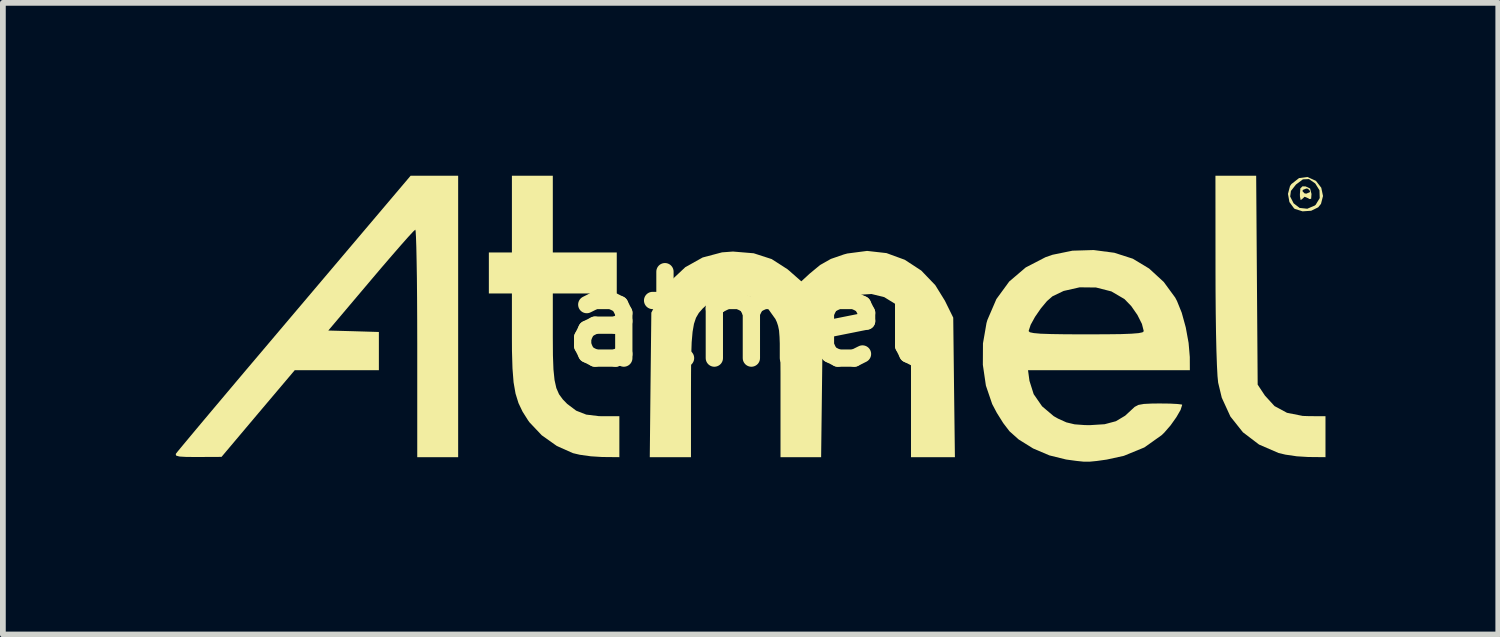
<source format=kicad_pcb>
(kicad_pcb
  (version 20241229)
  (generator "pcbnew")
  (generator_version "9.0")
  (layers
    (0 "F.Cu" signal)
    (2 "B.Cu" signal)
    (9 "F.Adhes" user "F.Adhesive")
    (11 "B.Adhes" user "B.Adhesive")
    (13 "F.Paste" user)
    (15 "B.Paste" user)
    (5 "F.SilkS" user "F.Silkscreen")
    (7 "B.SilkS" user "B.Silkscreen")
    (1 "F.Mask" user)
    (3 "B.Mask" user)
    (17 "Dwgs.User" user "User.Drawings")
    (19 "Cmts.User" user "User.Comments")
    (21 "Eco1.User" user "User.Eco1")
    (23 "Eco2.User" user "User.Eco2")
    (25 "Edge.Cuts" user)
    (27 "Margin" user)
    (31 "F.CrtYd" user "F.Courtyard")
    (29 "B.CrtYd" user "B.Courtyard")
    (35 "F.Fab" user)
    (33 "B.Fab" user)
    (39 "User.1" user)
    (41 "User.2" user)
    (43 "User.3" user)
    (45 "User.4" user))
  (footprint "atmel"
    (layer "F.Cu")
    (at 9.92 2.487)
    (property "Reference" "atmel" (at 0 0 0) (layer "F.SilkS") (effects (font (size 1.5 1.5) (thickness 0.3))))
    (attr board_only exclude_from_pos_files exclude_from_bom)
    (fp_poly (pts (xy 9.692 -2.301) (xy 9.769 -2.265) (xy 9.793 -2.171) (xy 9.793 -2.167) (xy 9.787 -2.087) (xy 9.756 -2.082) (xy 9.735 -2.097) (xy 9.673 -2.122) (xy 9.633 -2.084) (xy 9.605 -2.064) (xy 9.593 -2.125) (xy 9.592 -2.168) (xy 9.596 -2.22) (xy 9.636 -2.22) (xy 9.672 -2.181) (xy 9.703 -2.176) (xy 9.762 -2.2) (xy 9.769 -2.22) (xy 9.733 -2.26) (xy 9.703 -2.265) (xy 9.644 -2.241) (xy 9.636 -2.22) (xy 9.596 -2.22) (xy 9.6 -2.268) (xy 9.637 -2.303)) (stroke (width 0) (type solid)) (fill yes) (layer "F.SilkS"))
    (fp_poly (pts (xy 8.846 -0.674) (xy 8.859 1.139) (xy 8.984 1.328) (xy 9.151 1.511) (xy 9.368 1.628) (xy 9.641 1.682) (xy 9.758 1.686) (xy 10.036 1.687) (xy 10.036 2.043) (xy 10.036 2.398) (xy 9.736 2.395) (xy 9.539 2.383) (xy 9.341 2.354) (xy 9.22 2.325) (xy 8.883 2.179) (xy 8.603 1.966) (xy 8.386 1.693) (xy 8.236 1.366) (xy 8.173 1.104) (xy 8.162 0.993) (xy 8.152 0.804) (xy 8.143 0.549) (xy 8.136 0.241) (xy 8.131 -0.109) (xy 8.128 -0.491) (xy 8.127 -0.833) (xy 8.126 -2.487) (xy 8.48 -2.487) (xy 8.833 -2.487)) (stroke (width 0) (type solid)) (fill yes) (layer "F.SilkS"))
    (fp_poly (pts (xy 9.87 -2.398) (xy 9.871 -2.397) (xy 9.963 -2.278) (xy 9.993 -2.135) (xy 9.958 -1.999) (xy 9.91 -1.939) (xy 9.788 -1.879) (xy 9.638 -1.869) (xy 9.504 -1.911) (xy 9.49 -1.921) (xy 9.41 -2.03) (xy 9.393 -2.126) (xy 9.423 -2.126) (xy 9.481 -2.012) (xy 9.483 -2.008) (xy 9.587 -1.928) (xy 9.72 -1.914) (xy 9.849 -1.969) (xy 9.866 -1.983) (xy 9.936 -2.099) (xy 9.932 -2.234) (xy 9.858 -2.353) (xy 9.749 -2.429) (xy 9.644 -2.424) (xy 9.526 -2.336) (xy 9.523 -2.333) (xy 9.436 -2.223) (xy 9.423 -2.126) (xy 9.393 -2.126) (xy 9.385 -2.172) (xy 9.42 -2.307) (xy 9.444 -2.342) (xy 9.577 -2.446) (xy 9.723 -2.465)) (stroke (width 0) (type solid)) (fill yes) (layer "F.SilkS"))
    (fp_poly (pts (xy -5.018 -0.044) (xy -5.018 2.398) (xy -5.373 2.398) (xy -5.728 2.398) (xy -5.728 0.422) (xy -5.729 0.013) (xy -5.731 -0.368) (xy -5.734 -0.71) (xy -5.739 -1.007) (xy -5.744 -1.247) (xy -5.75 -1.424) (xy -5.756 -1.527) (xy -5.762 -1.551) (xy -5.798 -1.518) (xy -5.884 -1.425) (xy -6.01 -1.283) (xy -6.17 -1.099) (xy -6.355 -0.884) (xy -6.533 -0.674) (xy -7.272 0.2) (xy -6.833 0.212) (xy -6.394 0.225) (xy -6.394 0.557) (xy -6.394 0.888) (xy -7.124 0.888) (xy -7.854 0.888) (xy -8.49 1.64) (xy -9.125 2.393) (xy -9.538 2.395) (xy -9.734 2.394) (xy -9.854 2.387) (xy -9.911 2.372) (xy -9.92 2.346) (xy -9.916 2.337) (xy -9.882 2.294) (xy -9.795 2.189) (xy -9.66 2.027) (xy -9.482 1.814) (xy -9.265 1.556) (xy -9.014 1.258) (xy -8.734 0.926) (xy -8.429 0.566) (xy -8.104 0.182) (xy -7.861 -0.105) (xy -5.843 -2.487) (xy -5.43 -2.487) (xy -5.018 -2.487)) (stroke (width 0) (type solid)) (fill yes) (layer "F.SilkS"))
    (fp_poly (pts (xy -3.375 -1.821) (xy -3.375 -1.155) (xy -2.82 -1.155) (xy -2.265 -1.155) (xy -2.265 -0.799) (xy -2.265 -0.444) (xy -2.82 -0.444) (xy -3.375 -0.444) (xy -3.375 0.312) (xy -3.373 0.631) (xy -3.364 0.875) (xy -3.345 1.059) (xy -3.314 1.198) (xy -3.267 1.306) (xy -3.201 1.396) (xy -3.125 1.474) (xy -2.969 1.591) (xy -2.795 1.659) (xy -2.573 1.686) (xy -2.484 1.687) (xy -2.22 1.687) (xy -2.22 2.043) (xy -2.22 2.398) (xy -2.52 2.395) (xy -2.714 2.383) (xy -2.907 2.356) (xy -3.026 2.328) (xy -3.305 2.204) (xy -3.567 2.018) (xy -3.78 1.793) (xy -3.805 1.758) (xy -3.9 1.608) (xy -3.971 1.459) (xy -4.022 1.294) (xy -4.056 1.099) (xy -4.075 0.857) (xy -4.084 0.552) (xy -4.085 0.325) (xy -4.085 -0.444) (xy -4.285 -0.444) (xy -4.485 -0.444) (xy -4.485 -0.799) (xy -4.485 -1.155) (xy -4.285 -1.155) (xy -4.085 -1.155) (xy -4.085 -1.821) (xy -4.085 -2.487) (xy -3.73 -2.487) (xy -3.375 -2.487)) (stroke (width 0) (type solid)) (fill yes) (layer "F.SilkS"))
    (fp_poly (pts (xy 2.417 -1.144) (xy 2.734 -1.028) (xy 3.02 -0.841) (xy 3.263 -0.588) (xy 3.43 -0.318) (xy 3.575 -0.024) (xy 3.589 1.187) (xy 3.604 2.398) (xy 3.223 2.398) (xy 2.842 2.398) (xy 2.842 1.258) (xy 2.842 0.911) (xy 2.841 0.641) (xy 2.837 0.435) (xy 2.831 0.284) (xy 2.821 0.173) (xy 2.806 0.093) (xy 2.785 0.031) (xy 2.757 -0.026) (xy 2.732 -0.07) (xy 2.575 -0.258) (xy 2.377 -0.38) (xy 2.156 -0.434) (xy 1.927 -0.42) (xy 1.709 -0.338) (xy 1.518 -0.189) (xy 1.432 -0.08) (xy 1.31 0.104) (xy 1.296 1.251) (xy 1.282 2.398) (xy 0.93 2.398) (xy 0.577 2.398) (xy 0.577 1.286) (xy 0.577 0.939) (xy 0.575 0.669) (xy 0.57 0.464) (xy 0.563 0.312) (xy 0.552 0.201) (xy 0.535 0.119) (xy 0.513 0.053) (xy 0.489 0.001) (xy 0.339 -0.209) (xy 0.145 -0.353) (xy -0.076 -0.429) (xy -0.308 -0.434) (xy -0.535 -0.363) (xy -0.696 -0.254) (xy -0.777 -0.179) (xy -0.841 -0.105) (xy -0.89 -0.021) (xy -0.925 0.084) (xy -0.949 0.222) (xy -0.965 0.405) (xy -0.973 0.643) (xy -0.976 0.949) (xy -0.977 1.286) (xy -0.977 2.398) (xy -1.335 2.398) (xy -1.692 2.398) (xy -1.679 1.143) (xy -1.665 -0.111) (xy -1.542 -0.346) (xy -1.333 -0.658) (xy -1.075 -0.9) (xy -0.774 -1.068) (xy -0.438 -1.157) (xy -0.248 -1.171) (xy 0.112 -1.141) (xy 0.424 -1.04) (xy 0.698 -0.864) (xy 0.732 -0.835) (xy 0.938 -0.654) (xy 1.08 -0.785) (xy 1.265 -0.938) (xy 1.451 -1.043) (xy 1.677 -1.121) (xy 1.736 -1.137) (xy 2.08 -1.182)) (stroke (width 0) (type solid)) (fill yes) (layer "F.SilkS"))
    (fp_poly (pts (xy 6.371 -1.15) (xy 6.691 -1.047) (xy 6.693 -1.046) (xy 6.975 -0.876) (xy 7.229 -0.643) (xy 7.428 -0.371) (xy 7.459 -0.312) (xy 7.541 -0.109) (xy 7.611 0.146) (xy 7.66 0.415) (xy 7.681 0.659) (xy 7.681 0.677) (xy 7.682 0.888) (xy 6.278 0.888) (xy 4.873 0.888) (xy 4.898 1.073) (xy 4.971 1.304) (xy 5.117 1.515) (xy 5.319 1.686) (xy 5.395 1.729) (xy 5.539 1.794) (xy 5.681 1.828) (xy 5.858 1.841) (xy 5.949 1.842) (xy 6.203 1.826) (xy 6.398 1.774) (xy 6.559 1.678) (xy 6.665 1.58) (xy 6.724 1.525) (xy 6.789 1.491) (xy 6.884 1.474) (xy 7.029 1.467) (xy 7.16 1.466) (xy 7.334 1.468) (xy 7.467 1.475) (xy 7.541 1.484) (xy 7.549 1.489) (xy 7.521 1.578) (xy 7.448 1.704) (xy 7.348 1.845) (xy 7.237 1.973) (xy 7.191 2.017) (xy 6.892 2.229) (xy 6.536 2.375) (xy 6.238 2.44) (xy 6.067 2.464) (xy 5.945 2.476) (xy 5.839 2.476) (xy 5.714 2.463) (xy 5.537 2.439) (xy 5.528 2.437) (xy 5.244 2.367) (xy 4.962 2.247) (xy 4.711 2.091) (xy 4.551 1.948) (xy 4.444 1.808) (xy 4.331 1.628) (xy 4.251 1.476) (xy 4.142 1.156) (xy 4.089 0.795) (xy 4.091 0.423) (xy 4.128 0.211) (xy 4.885 0.211) (xy 4.905 0.23) (xy 4.971 0.244) (xy 5.092 0.255) (xy 5.276 0.261) (xy 5.531 0.265) (xy 5.866 0.266) (xy 5.884 0.266) (xy 6.223 0.265) (xy 6.481 0.262) (xy 6.668 0.255) (xy 6.792 0.245) (xy 6.86 0.231) (xy 6.882 0.212) (xy 6.882 0.211) (xy 6.85 0.085) (xy 6.772 -0.07) (xy 6.665 -0.224) (xy 6.547 -0.346) (xy 6.32 -0.479) (xy 6.053 -0.547) (xy 5.769 -0.55) (xy 5.491 -0.487) (xy 5.297 -0.394) (xy 5.202 -0.311) (xy 5.096 -0.184) (xy 4.995 -0.038) (xy 4.919 0.1) (xy 4.885 0.203) (xy 4.885 0.211) (xy 4.128 0.211) (xy 4.152 0.071) (xy 4.168 0.016) (xy 4.324 -0.346) (xy 4.547 -0.651) (xy 4.833 -0.895) (xy 5.177 -1.073) (xy 5.298 -1.115) (xy 5.644 -1.186) (xy 6.012 -1.197)) (stroke (width 0) (type solid)) (fill yes) (layer "F.SilkS")))
  (gr_rect
    (start -3 -3)
    (end 22.955 7.963)
    (stroke (width 0.1) (type default))
    (fill no)
    (layer "Edge.Cuts")))
</source>
